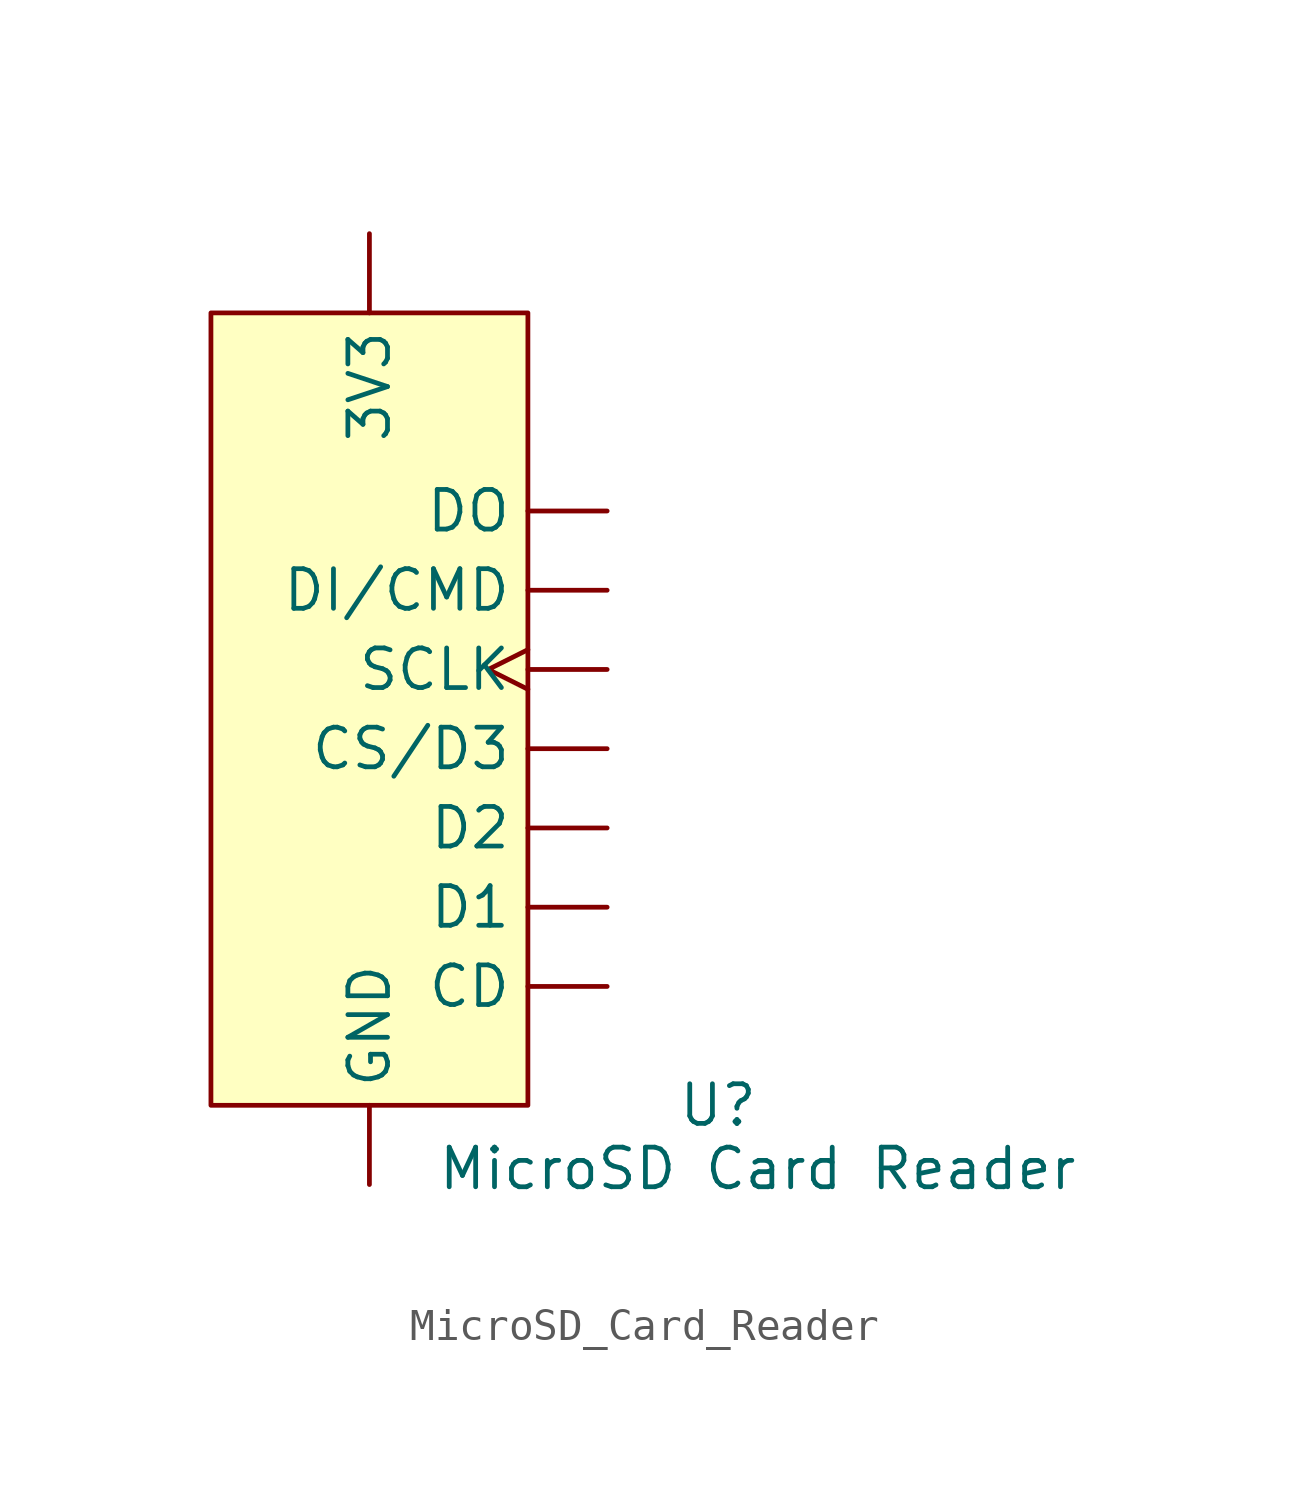
<source format=kicad_sym>
(kicad_symbol_lib
  (version 20231120)
  (generator "kicad_symbol_editor")
  (generator_version "8.0")
  (symbol "MicroSD_Card_Reader"
    (property "Reference" "U"
      (at 11.176 -17.78 0)
      (effects (font (size 1.27 1.27))))
    (property "Value" "MicroSD Card Reader"
      (at 12.446 -19.812 0)
      (effects (font (size 1.27 1.27))))
    (symbol "MicroSD_Card_Reader_0_1"
      (rectangle (start -5.08 7.62) (end 5.08 -17.78) (stroke (width 0) (type default)) (fill (type background))))
    (symbol "MicroSD_Card_Reader_1_1"
      (pin power_in line (at 0 10.16 270) (length 2.54) (name "3V3" (effects (font (size 1.27 1.27)))) (number "" (effects (font (size 1.27 1.27)))))
      (pin input line (at 7.62 -13.97 180) (length 2.54) (name "CD" (effects (font (size 1.27 1.27)))) (number "" (effects (font (size 1.27 1.27)))))
      (pin input line (at 7.62 -6.35 180) (length 2.54) (name "CS/D3" (effects (font (size 1.27 1.27)))) (number "" (effects (font (size 1.27 1.27)))))
      (pin input line (at 7.62 -11.43 180) (length 2.54) (name "D1" (effects (font (size 1.27 1.27)))) (number "" (effects (font (size 1.27 1.27)))))
      (pin input line (at 7.62 -8.89 180) (length 2.54) (name "D2" (effects (font (size 1.27 1.27)))) (number "" (effects (font (size 1.27 1.27)))))
      (pin input line (at 7.62 -1.27 180) (length 2.54) (name "DI/CMD" (effects (font (size 1.27 1.27)))) (number "" (effects (font (size 1.27 1.27)))))
      (pin output line (at 7.62 1.27 180) (length 2.54) (name "DO" (effects (font (size 1.27 1.27)))) (number "" (effects (font (size 1.27 1.27)))))
      (pin power_in line (at 0 -20.32 90) (length 2.54) (name "GND" (effects (font (size 1.27 1.27)))) (number "" (effects (font (size 1.27 1.27)))))
      (pin input clock (at 7.62 -3.81 180) (length 2.54) (name "SCLK" (effects (font (size 1.27 1.27)))) (number "" (effects (font (size 1.27 1.27))))))))
</source>
